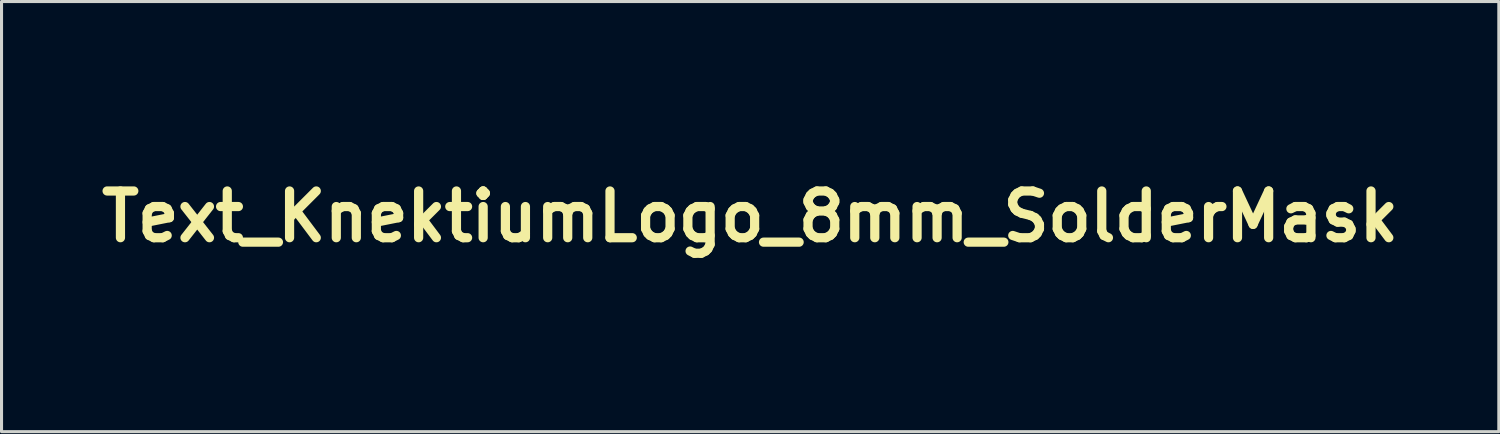
<source format=kicad_pcb>
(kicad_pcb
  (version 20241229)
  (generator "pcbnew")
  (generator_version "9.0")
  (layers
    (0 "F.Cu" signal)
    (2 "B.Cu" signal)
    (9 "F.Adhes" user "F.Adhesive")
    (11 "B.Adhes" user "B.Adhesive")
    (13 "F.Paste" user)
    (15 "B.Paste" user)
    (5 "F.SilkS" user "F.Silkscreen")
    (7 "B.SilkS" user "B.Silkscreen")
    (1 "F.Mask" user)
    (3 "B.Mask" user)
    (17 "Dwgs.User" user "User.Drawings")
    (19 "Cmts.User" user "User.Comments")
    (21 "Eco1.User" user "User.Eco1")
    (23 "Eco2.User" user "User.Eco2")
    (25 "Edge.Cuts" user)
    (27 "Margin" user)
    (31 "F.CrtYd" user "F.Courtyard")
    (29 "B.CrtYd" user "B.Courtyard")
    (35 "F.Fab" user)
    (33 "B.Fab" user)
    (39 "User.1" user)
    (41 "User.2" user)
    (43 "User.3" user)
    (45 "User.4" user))
  (footprint "Text_KnektiumLogo_8mm_SolderMask"
    (layer "F.Cu")
    (at 21.416 4.013)
    (property "Reference" "Text_KnektiumLogo_8mm_SolderMask" (at 0 0 0) (layer "F.SilkS") (effects (font (size 1.524 1.524) (thickness 0.3))))
    (attr through_hole)
    (fp_poly (pts (xy 2.443 2.561) (xy 2.486 2.562) (xy 2.52 2.566) (xy 2.547 2.572) (xy 2.57 2.58) (xy 2.591 2.59) (xy 2.596 2.594) (xy 2.625 2.619) (xy 2.645 2.651) (xy 2.656 2.693) (xy 2.659 2.715) (xy 2.658 2.759) (xy 2.648 2.796) (xy 2.627 2.829) (xy 2.594 2.86) (xy 2.575 2.874) (xy 2.571 2.878) (xy 2.568 2.882) (xy 2.568 2.889) (xy 2.572 2.899) (xy 2.58 2.914) (xy 2.593 2.937) (xy 2.611 2.968) (xy 2.634 3.006) (xy 2.656 3.043) (xy 2.675 3.075) (xy 2.69 3.102) (xy 2.701 3.121) (xy 2.707 3.131) (xy 2.707 3.132) (xy 2.701 3.133) (xy 2.684 3.134) (xy 2.661 3.135) (xy 2.651 3.135) (xy 2.595 3.135) (xy 2.53 3.021) (xy 2.465 2.908) (xy 2.386 2.908) (xy 2.386 3.135) (xy 2.279 3.135) (xy 2.279 2.647) (xy 2.386 2.647) (xy 2.386 2.829) (xy 2.439 2.826) (xy 2.467 2.823) (xy 2.493 2.818) (xy 2.511 2.812) (xy 2.512 2.811) (xy 2.537 2.792) (xy 2.552 2.765) (xy 2.556 2.734) (xy 2.553 2.702) (xy 2.541 2.678) (xy 2.52 2.661) (xy 2.489 2.651) (xy 2.446 2.647) (xy 2.436 2.647) (xy 2.386 2.647) (xy 2.279 2.647) (xy 2.279 2.56) (xy 2.389 2.56) (xy 2.443 2.561)) (stroke (width 0.01) (type solid)) (fill yes) (layer "F.Mask"))
    (fp_poly (pts (xy 2.544 2.371) (xy 2.615 2.387) (xy 2.681 2.413) (xy 2.681 2.413) (xy 2.75 2.454) (xy 2.809 2.505) (xy 2.86 2.565) (xy 2.9 2.634) (xy 2.929 2.707) (xy 2.935 2.729) (xy 2.94 2.75) (xy 2.942 2.773) (xy 2.944 2.801) (xy 2.944 2.838) (xy 2.944 2.854) (xy 2.943 2.895) (xy 2.942 2.925) (xy 2.94 2.949) (xy 2.936 2.97) (xy 2.93 2.991) (xy 2.926 3.002) (xy 2.895 3.076) (xy 2.854 3.143) (xy 2.803 3.201) (xy 2.744 3.249) (xy 2.677 3.287) (xy 2.604 3.314) (xy 2.596 3.316) (xy 2.562 3.322) (xy 2.52 3.326) (xy 2.473 3.328) (xy 2.427 3.328) (xy 2.385 3.326) (xy 2.356 3.322) (xy 2.284 3.301) (xy 2.216 3.269) (xy 2.153 3.226) (xy 2.115 3.192) (xy 2.067 3.135) (xy 2.03 3.07) (xy 2.002 2.999) (xy 1.985 2.923) (xy 1.98 2.846) (xy 1.981 2.822) (xy 2.059 2.822) (xy 2.059 2.867) (xy 2.062 2.909) (xy 2.067 2.945) (xy 2.069 2.956) (xy 2.094 3.025) (xy 2.128 3.086) (xy 2.173 3.14) (xy 2.225 3.184) (xy 2.284 3.22) (xy 2.349 3.244) (xy 2.419 3.257) (xy 2.483 3.258) (xy 2.514 3.256) (xy 2.546 3.251) (xy 2.57 3.246) (xy 2.571 3.246) (xy 2.64 3.221) (xy 2.702 3.185) (xy 2.755 3.141) (xy 2.799 3.087) (xy 2.833 3.027) (xy 2.856 2.959) (xy 2.868 2.887) (xy 2.869 2.847) (xy 2.863 2.771) (xy 2.844 2.699) (xy 2.814 2.634) (xy 2.773 2.576) (xy 2.721 2.525) (xy 2.708 2.515) (xy 2.649 2.478) (xy 2.584 2.453) (xy 2.517 2.439) (xy 2.448 2.436) (xy 2.38 2.443) (xy 2.314 2.462) (xy 2.251 2.491) (xy 2.195 2.53) (xy 2.159 2.565) (xy 2.133 2.598) (xy 2.109 2.639) (xy 2.087 2.683) (xy 2.071 2.726) (xy 2.066 2.746) (xy 2.061 2.78) (xy 2.059 2.822) (xy 1.981 2.822) (xy 1.985 2.774) (xy 2.003 2.693) (xy 2.032 2.619) (xy 2.071 2.554) (xy 2.121 2.497) (xy 2.181 2.448) (xy 2.25 2.409) (xy 2.256 2.406) (xy 2.322 2.382) (xy 2.394 2.369) (xy 2.469 2.365) (xy 2.544 2.371)) (stroke (width 0.01) (type solid)) (fill yes) (layer "F.Mask"))
    (fp_poly (pts (xy 2.675 -0.301) (xy 2.692 -0.292) (xy 2.719 -0.278) (xy 2.754 -0.258) (xy 2.797 -0.234) (xy 2.846 -0.206) (xy 2.902 -0.175) (xy 2.961 -0.142) (xy 3.025 -0.106) (xy 3.091 -0.068) (xy 3.159 -0.03) (xy 3.227 0.009) (xy 3.295 0.048) (xy 3.362 0.086) (xy 3.426 0.123) (xy 3.487 0.158) (xy 3.543 0.191) (xy 3.595 0.221) (xy 3.64 0.247) (xy 3.678 0.269) (xy 3.707 0.287) (xy 3.727 0.299) (xy 3.737 0.306) (xy 3.738 0.306) (xy 3.732 0.31) (xy 3.716 0.32) (xy 3.688 0.336) (xy 3.651 0.358) (xy 3.603 0.386) (xy 3.546 0.42) (xy 3.479 0.459) (xy 3.404 0.503) (xy 3.32 0.551) (xy 3.229 0.605) (xy 3.13 0.662) (xy 3.024 0.724) (xy 2.911 0.789) (xy 2.791 0.859) (xy 2.666 0.931) (xy 2.535 1.007) (xy 2.399 1.086) (xy 2.259 1.167) (xy 2.114 1.251) (xy 1.965 1.337) (xy 1.812 1.425) (xy 1.657 1.515) (xy 1.607 1.544) (xy -0.528 2.777) (xy -0.528 3.394) (xy -0.528 3.483) (xy -0.528 3.569) (xy -0.529 3.649) (xy -0.529 3.724) (xy -0.529 3.793) (xy -0.53 3.853) (xy -0.53 3.906) (xy -0.531 3.948) (xy -0.532 3.98) (xy -0.532 4.001) (xy -0.533 4.01) (xy -0.533 4.01) (xy -0.539 4.006) (xy -0.557 3.997) (xy -0.584 3.981) (xy -0.62 3.961) (xy -0.664 3.935) (xy -0.716 3.906) (xy -0.774 3.872) (xy -0.839 3.835) (xy -0.908 3.795) (xy -0.981 3.753) (xy -1.056 3.71) (xy -1.133 3.665) (xy -1.207 3.623) (xy -1.276 3.582) (xy -1.341 3.544) (xy -1.4 3.51) (xy -1.453 3.479) (xy -1.498 3.453) (xy -1.536 3.431) (xy -1.564 3.415) (xy -1.582 3.404) (xy -1.589 3.399) (xy -1.604 3.388) (xy -1.604 2.162) (xy 0.527 0.93) (xy 0.684 0.84) (xy 0.837 0.751) (xy 0.988 0.665) (xy 1.134 0.58) (xy 1.276 0.498) (xy 1.414 0.418) (xy 1.547 0.342) (xy 1.674 0.268) (xy 1.796 0.198) (xy 1.912 0.131) (xy 2.02 0.069) (xy 2.122 0.01) (xy 2.217 -0.045) (xy 2.303 -0.095) (xy 2.382 -0.14) (xy 2.452 -0.18) (xy 2.513 -0.215) (xy 2.564 -0.245) (xy 2.606 -0.269) (xy 2.637 -0.287) (xy 2.658 -0.298) (xy 2.667 -0.304) (xy 2.668 -0.304) (xy 2.675 -0.301)) (stroke (width 0.01) (type solid)) (fill yes) (layer "F.Mask"))
    (fp_poly (pts (xy 0.538 -4.005) (xy 0.555 -3.996) (xy 0.582 -3.981) (xy 0.617 -3.962) (xy 0.66 -3.938) (xy 0.709 -3.91) (xy 0.764 -3.879) (xy 0.824 -3.845) (xy 0.887 -3.809) (xy 0.953 -3.771) (xy 1.02 -3.733) (xy 1.089 -3.694) (xy 1.156 -3.655) (xy 1.223 -3.616) (xy 1.287 -3.579) (xy 1.348 -3.544) (xy 1.405 -3.512) (xy 1.456 -3.482) (xy 1.501 -3.456) (xy 1.539 -3.433) (xy 1.568 -3.416) (xy 1.588 -3.404) (xy 1.598 -3.397) (xy 1.599 -3.397) (xy 1.594 -3.393) (xy 1.577 -3.383) (xy 1.55 -3.366) (xy 1.512 -3.344) (xy 1.465 -3.316) (xy 1.407 -3.283) (xy 1.341 -3.244) (xy 1.266 -3.2) (xy 1.182 -3.151) (xy 1.091 -3.098) (xy 0.992 -3.04) (xy 0.886 -2.979) (xy 0.773 -2.913) (xy 0.653 -2.844) (xy 0.528 -2.771) (xy 0.397 -2.696) (xy 0.261 -2.617) (xy 0.121 -2.536) (xy -0.024 -2.452) (xy -0.173 -2.366) (xy -0.326 -2.278) (xy -0.481 -2.188) (xy -0.531 -2.159) (xy -2.667 -0.926) (xy -2.667 0.307) (xy -2.629 0.285) (xy -2.62 0.28) (xy -2.601 0.269) (xy -2.57 0.251) (xy -2.53 0.227) (xy -2.479 0.198) (xy -2.418 0.163) (xy -2.348 0.123) (xy -2.269 0.077) (xy -2.182 0.026) (xy -2.086 -0.029) (xy -1.982 -0.089) (xy -1.871 -0.153) (xy -1.753 -0.221) (xy -1.628 -0.294) (xy -1.496 -0.369) (xy -1.359 -0.449) (xy -1.216 -0.532) (xy -1.067 -0.617) (xy -0.914 -0.706) (xy -0.756 -0.797) (xy -0.594 -0.89) (xy -0.428 -0.986) (xy -0.259 -1.084) (xy -0.087 -1.183) (xy 0.04 -1.257) (xy 0.252 -1.379) (xy 0.452 -1.495) (xy 0.642 -1.604) (xy 0.821 -1.707) (xy 0.989 -1.805) (xy 1.148 -1.896) (xy 1.296 -1.982) (xy 1.435 -2.062) (xy 1.565 -2.137) (xy 1.686 -2.206) (xy 1.798 -2.271) (xy 1.902 -2.331) (xy 1.998 -2.386) (xy 2.086 -2.436) (xy 2.167 -2.483) (xy 2.241 -2.525) (xy 2.307 -2.563) (xy 2.368 -2.597) (xy 2.421 -2.628) (xy 2.469 -2.655) (xy 2.511 -2.678) (xy 2.548 -2.699) (xy 2.58 -2.716) (xy 2.607 -2.731) (xy 2.629 -2.743) (xy 2.647 -2.753) (xy 2.662 -2.76) (xy 2.672 -2.765) (xy 2.679 -2.768) (xy 2.684 -2.77) (xy 2.685 -2.77) (xy 2.695 -2.765) (xy 2.715 -2.754) (xy 2.744 -2.738) (xy 2.782 -2.716) (xy 2.826 -2.691) (xy 2.877 -2.662) (xy 2.933 -2.63) (xy 2.993 -2.595) (xy 3.057 -2.558) (xy 3.123 -2.52) (xy 3.19 -2.481) (xy 3.258 -2.442) (xy 3.324 -2.403) (xy 3.39 -2.365) (xy 3.452 -2.328) (xy 3.511 -2.294) (xy 3.565 -2.262) (xy 3.614 -2.233) (xy 3.656 -2.208) (xy 3.69 -2.188) (xy 3.716 -2.172) (xy 3.732 -2.162) (xy 3.738 -2.158) (xy 3.738 -2.158) (xy 3.735 -2.156) (xy 3.729 -2.152) (xy 3.718 -2.146) (xy 3.703 -2.137) (xy 3.683 -2.125) (xy 3.658 -2.111) (xy 3.627 -2.093) (xy 3.592 -2.072) (xy 3.551 -2.048) (xy 3.504 -2.021) (xy 3.451 -1.991) (xy 3.392 -1.956) (xy 3.326 -1.918) (xy 3.254 -1.877) (xy 3.175 -1.831) (xy 3.088 -1.781) (xy 2.995 -1.727) (xy 2.894 -1.669) (xy 2.785 -1.606) (xy 2.669 -1.538) (xy 2.544 -1.466) (xy 2.411 -1.39) (xy 2.269 -1.308) (xy 2.119 -1.221) (xy 1.959 -1.129) (xy 1.791 -1.031) (xy 1.612 -0.929) (xy 1.425 -0.82) (xy 1.227 -0.706) (xy 1.02 -0.587) (xy 0.802 -0.461) (xy 0.574 -0.329) (xy 0.335 -0.191) (xy 0.085 -0.047) (xy -0.176 0.104) (xy -0.449 0.261) (xy -0.506 0.294) (xy -2.666 1.541) (xy -2.667 2.157) (xy -2.667 2.247) (xy -2.667 2.332) (xy -2.667 2.413) (xy -2.668 2.488) (xy -2.668 2.557) (xy -2.669 2.617) (xy -2.669 2.669) (xy -2.67 2.712) (xy -2.67 2.744) (xy -2.671 2.765) (xy -2.672 2.773) (xy -2.672 2.774) (xy -2.678 2.77) (xy -2.696 2.761) (xy -2.723 2.746) (xy -2.759 2.725) (xy -2.803 2.7) (xy -2.855 2.67) (xy -2.914 2.636) (xy -2.978 2.599) (xy -3.048 2.559) (xy -3.121 2.517) (xy -3.198 2.472) (xy -3.206 2.468) (xy -3.736 2.162) (xy -3.736 1.543) (xy -3.736 0.924) (xy -3.205 0.618) (xy -3.114 0.565) (xy -3.03 0.516) (xy -2.953 0.471) (xy -2.886 0.432) (xy -2.827 0.397) (xy -2.777 0.367) (xy -2.737 0.343) (xy -2.708 0.324) (xy -2.689 0.312) (xy -2.68 0.305) (xy -2.68 0.305) (xy -2.687 0.301) (xy -2.704 0.29) (xy -2.731 0.274) (xy -2.768 0.253) (xy -2.812 0.227) (xy -2.865 0.197) (xy -2.923 0.162) (xy -2.988 0.125) (xy -3.057 0.085) (xy -3.131 0.042) (xy -3.207 -0.002) (xy -3.21 -0.004) (xy -3.733 -0.306) (xy -3.733 -1.546) (xy -1.604 -2.775) (xy -1.448 -2.866) (xy -1.294 -2.954) (xy -1.144 -3.041) (xy -0.998 -3.125) (xy -0.856 -3.207) (xy -0.718 -3.287) (xy -0.586 -3.363) (xy -0.458 -3.437) (xy -0.337 -3.507) (xy -0.222 -3.574) (xy -0.113 -3.636) (xy -0.011 -3.695) (xy 0.083 -3.749) (xy 0.169 -3.799) (xy 0.248 -3.844) (xy 0.317 -3.885) (xy 0.378 -3.919) (xy 0.429 -3.949) (xy 0.47 -3.973) (xy 0.501 -3.991) (xy 0.522 -4.002) (xy 0.531 -4.008) (xy 0.532 -4.008) (xy 0.538 -4.005)) (stroke (width 0.01) (type solid)) (fill yes) (layer "F.Mask")))
  (gr_rect
    (start -3 -3)
    (end 45.832 11.028)
    (stroke (width 0.1) (type default))
    (fill no)
    (layer "Edge.Cuts")))
</source>
